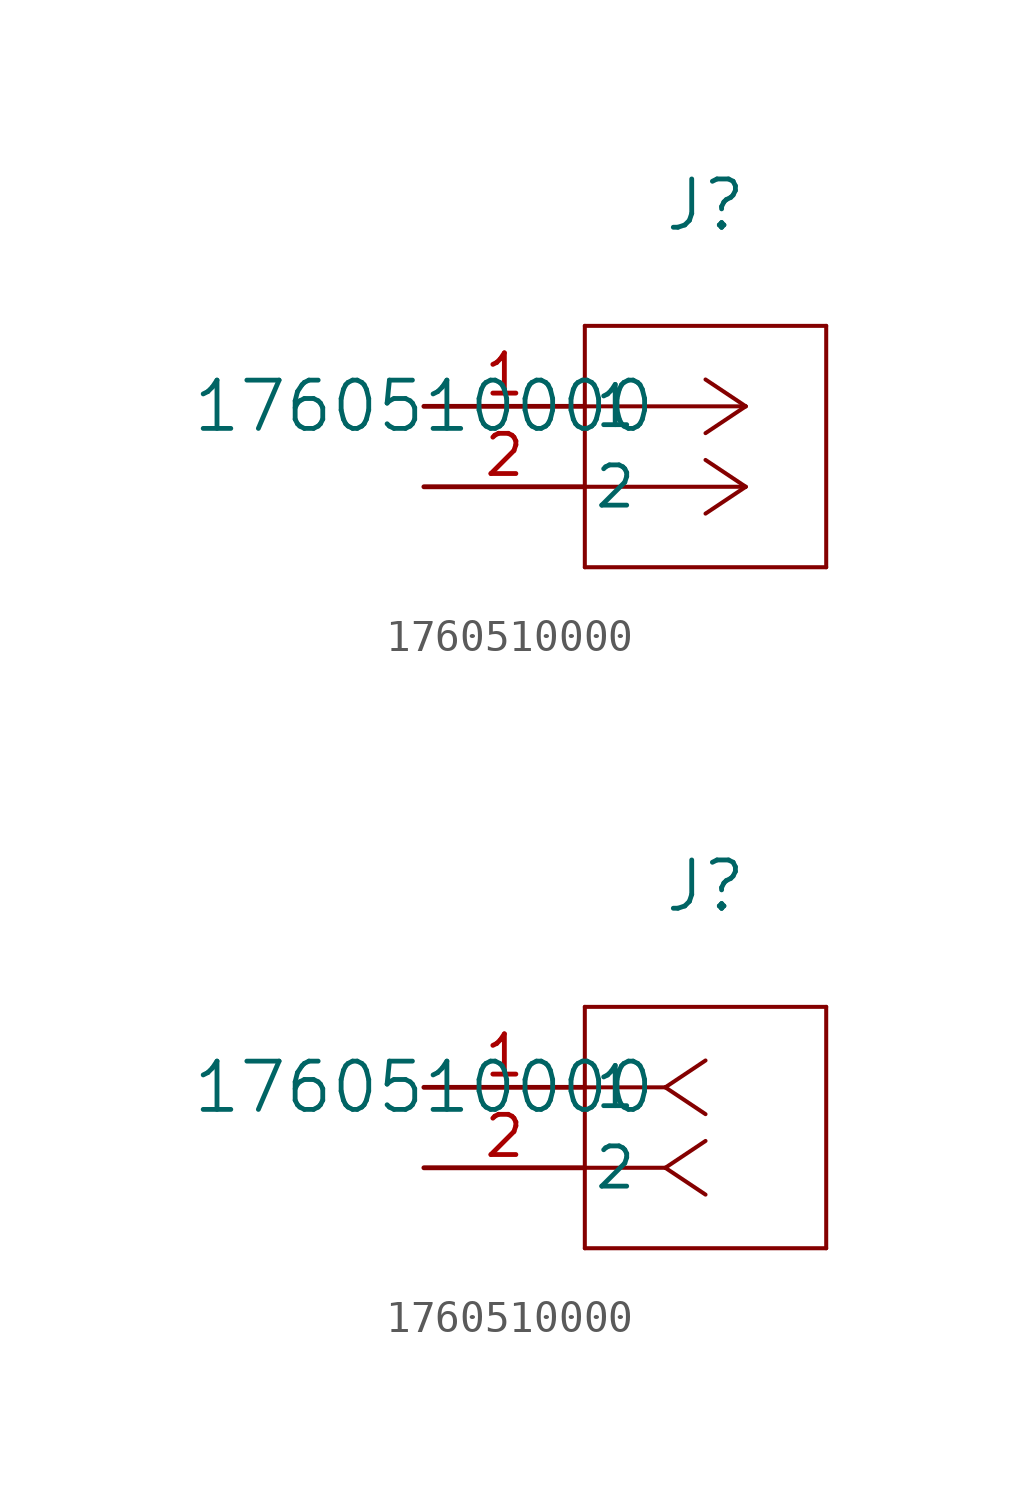
<source format=kicad_sym>
(kicad_symbol_lib
  (version 20211014)
  (generator kicad_symbol_editor)
  (symbol "1760510000"
    (pin_names
      (offset 0.254))
    (property "Reference" "J"
      (at 8.89 6.35 0)
      (effects (font (size 1.524 1.524))))
    (property "Value" "1760510000"
      (at 0 0 0)
      (effects (font (size 1.524 1.524))))
    (symbol "1760510000_1_1"
      (polyline (pts (xy 10.16 0) (xy 5.08 0)) (stroke (width 0.127) (type default) (color 0 0 0 0)) (fill (type none)))
      (polyline (pts (xy 10.16 -2.54) (xy 5.08 -2.54)) (stroke (width 0.127) (type default) (color 0 0 0 0)) (fill (type none)))
      (polyline (pts (xy 10.16 0) (xy 8.89 0.847)) (stroke (width 0.127) (type default) (color 0 0 0 0)) (fill (type none)))
      (polyline (pts (xy 10.16 -2.54) (xy 8.89 -1.693)) (stroke (width 0.127) (type default) (color 0 0 0 0)) (fill (type none)))
      (polyline (pts (xy 10.16 0) (xy 8.89 -0.847)) (stroke (width 0.127) (type default) (color 0 0 0 0)) (fill (type none)))
      (polyline (pts (xy 10.16 -2.54) (xy 8.89 -3.387)) (stroke (width 0.127) (type default) (color 0 0 0 0)) (fill (type none)))
      (polyline (pts (xy 5.08 2.54) (xy 5.08 -5.08)) (stroke (width 0.127) (type default) (color 0 0 0 0)) (fill (type none)))
      (polyline (pts (xy 5.08 -5.08) (xy 12.7 -5.08)) (stroke (width 0.127) (type default) (color 0 0 0 0)) (fill (type none)))
      (polyline (pts (xy 12.7 -5.08) (xy 12.7 2.54)) (stroke (width 0.127) (type default) (color 0 0 0 0)) (fill (type none)))
      (polyline (pts (xy 12.7 2.54) (xy 5.08 2.54)) (stroke (width 0.127) (type default) (color 0 0 0 0)) (fill (type none)))
      (pin unspecified line (at 0 0 0) (length 5.08) (name "1" (effects (font (size 1.27 1.27)))) (number "1" (effects (font (size 1.27 1.27)))))
      (pin unspecified line (at 0 -2.54 0) (length 5.08) (name "2" (effects (font (size 1.27 1.27)))) (number "2" (effects (font (size 1.27 1.27))))))
    (symbol "1760510000_1_2"
      (polyline (pts (xy 7.62 0) (xy 5.08 0)) (stroke (width 0.127) (type default) (color 0 0 0 0)) (fill (type none)))
      (polyline (pts (xy 7.62 -2.54) (xy 5.08 -2.54)) (stroke (width 0.127) (type default) (color 0 0 0 0)) (fill (type none)))
      (polyline (pts (xy 7.62 0) (xy 8.89 0.847)) (stroke (width 0.127) (type default) (color 0 0 0 0)) (fill (type none)))
      (polyline (pts (xy 7.62 -2.54) (xy 8.89 -1.693)) (stroke (width 0.127) (type default) (color 0 0 0 0)) (fill (type none)))
      (polyline (pts (xy 7.62 0) (xy 8.89 -0.847)) (stroke (width 0.127) (type default) (color 0 0 0 0)) (fill (type none)))
      (polyline (pts (xy 7.62 -2.54) (xy 8.89 -3.387)) (stroke (width 0.127) (type default) (color 0 0 0 0)) (fill (type none)))
      (polyline (pts (xy 5.08 2.54) (xy 5.08 -5.08)) (stroke (width 0.127) (type default) (color 0 0 0 0)) (fill (type none)))
      (polyline (pts (xy 5.08 -5.08) (xy 12.7 -5.08)) (stroke (width 0.127) (type default) (color 0 0 0 0)) (fill (type none)))
      (polyline (pts (xy 12.7 -5.08) (xy 12.7 2.54)) (stroke (width 0.127) (type default) (color 0 0 0 0)) (fill (type none)))
      (polyline (pts (xy 12.7 2.54) (xy 5.08 2.54)) (stroke (width 0.127) (type default) (color 0 0 0 0)) (fill (type none)))
      (pin unspecified line (at 0 0 0) (length 5.08) (name "1" (effects (font (size 1.27 1.27)))) (number "1" (effects (font (size 1.27 1.27)))))
      (pin unspecified line (at 0 -2.54 0) (length 5.08) (name "2" (effects (font (size 1.27 1.27)))) (number "2" (effects (font (size 1.27 1.27))))))))
</source>
